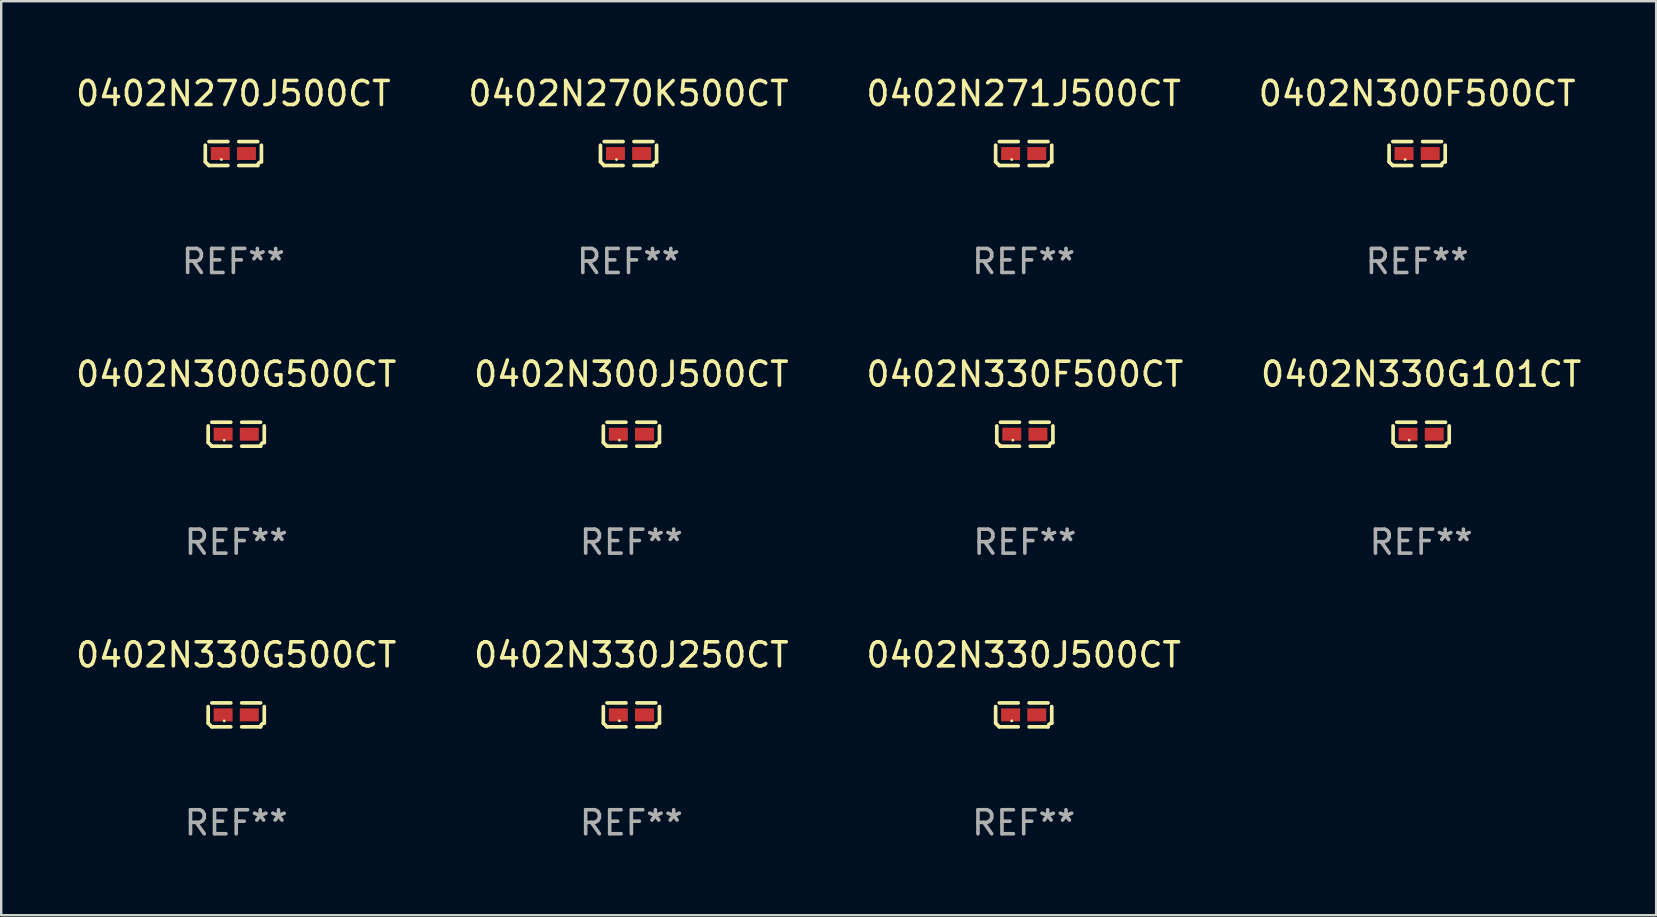
<source format=kicad_pcb>
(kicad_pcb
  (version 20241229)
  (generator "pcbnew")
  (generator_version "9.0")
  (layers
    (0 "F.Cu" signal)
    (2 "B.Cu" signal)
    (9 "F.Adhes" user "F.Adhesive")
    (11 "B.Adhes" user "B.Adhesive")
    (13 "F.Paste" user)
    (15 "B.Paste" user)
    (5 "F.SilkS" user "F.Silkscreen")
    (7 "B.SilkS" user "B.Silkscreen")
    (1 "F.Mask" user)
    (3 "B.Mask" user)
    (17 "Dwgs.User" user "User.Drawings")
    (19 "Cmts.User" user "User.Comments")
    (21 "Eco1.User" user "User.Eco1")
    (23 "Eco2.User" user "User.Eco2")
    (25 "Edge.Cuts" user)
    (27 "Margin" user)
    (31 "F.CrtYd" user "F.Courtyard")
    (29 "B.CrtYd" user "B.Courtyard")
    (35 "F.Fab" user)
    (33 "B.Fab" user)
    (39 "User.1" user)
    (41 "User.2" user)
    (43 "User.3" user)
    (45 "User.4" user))
  (footprint "0402N270K500CT"
    (layer "F.Cu")
    (at 23.137 3.347)
    (property "Reference" "0402N270K500CT" (at 0 -2.499 0) (layer "F.SilkS") (effects (font (size 1 1) (thickness 0.15))))
    (attr through_hole)
    (fp_line (start -1.169 0.346) (end -1.169 -0.346) (stroke (width 0.152) (type solid)) (layer "F.SilkS"))
    (fp_line (start -1.016 -0.499) (end -0.226 -0.499) (stroke (width 0.152) (type solid)) (layer "F.SilkS"))
    (fp_line (start -0.226 0.499) (end -1.016 0.499) (stroke (width 0.152) (type solid)) (layer "F.SilkS"))
    (fp_line (start 0.226 0.499) (end 1.016 0.499) (stroke (width 0.152) (type solid)) (layer "F.SilkS"))
    (fp_line (start 1.016 -0.499) (end 0.226 -0.499) (stroke (width 0.152) (type solid)) (layer "F.SilkS"))
    (fp_line (start 1.169 0.346) (end 1.169 -0.346) (stroke (width 0.152) (type solid)) (layer "F.SilkS"))
    (fp_arc (start -1.016307 0.498603) (mid -1.092512 0.422405) (end -1.16871 0.3462) (stroke (width 0.1524) (type solid)) (layer "F.SilkS"))
    (fp_arc (start 1.016307 0.498603) (mid 1.060899 0.390758) (end 1.168707 0.346076) (stroke (width 0.1524) (type solid)) (layer "F.SilkS"))
    (fp_circle (center -0.5 0.25) (end -0.47 0.25) (stroke (width 0.06) (type solid)) (fill no) (layer "F.SilkS"))
    (fp_text user "REF**" (at 0 4.499 0) (layer "F.Fab") (effects (font (size 1 1) (thickness 0.15))))
    (pad "1" smd rect (at -0.545 0) (size 0.79 0.54) (layers "F.Cu" "F.Mask" "F.Paste"))
    (pad "2" smd rect (at 0.545 0) (size 0.79 0.54) (layers "F.Cu" "F.Mask" "F.Paste")))
  (footprint "0402N330J250CT"
    (layer "F.Cu")
    (at 23.256 26.734)
    (property "Reference" "0402N330J250CT" (at 0 -2.499 0) (layer "F.SilkS") (effects (font (size 1 1) (thickness 0.15))))
    (attr through_hole)
    (fp_line (start -1.169 0.346) (end -1.169 -0.346) (stroke (width 0.152) (type solid)) (layer "F.SilkS"))
    (fp_line (start -1.016 -0.499) (end -0.226 -0.499) (stroke (width 0.152) (type solid)) (layer "F.SilkS"))
    (fp_line (start -0.226 0.499) (end -1.016 0.499) (stroke (width 0.152) (type solid)) (layer "F.SilkS"))
    (fp_line (start 0.226 0.499) (end 1.016 0.499) (stroke (width 0.152) (type solid)) (layer "F.SilkS"))
    (fp_line (start 1.016 -0.499) (end 0.226 -0.499) (stroke (width 0.152) (type solid)) (layer "F.SilkS"))
    (fp_line (start 1.169 0.346) (end 1.169 -0.346) (stroke (width 0.152) (type solid)) (layer "F.SilkS"))
    (fp_arc (start -1.016307 0.498603) (mid -1.092512 0.422405) (end -1.16871 0.3462) (stroke (width 0.1524) (type solid)) (layer "F.SilkS"))
    (fp_arc (start 1.016307 0.498603) (mid 1.060899 0.390758) (end 1.168707 0.346076) (stroke (width 0.1524) (type solid)) (layer "F.SilkS"))
    (fp_circle (center -0.5 0.25) (end -0.47 0.25) (stroke (width 0.06) (type solid)) (fill no) (layer "F.SilkS"))
    (fp_text user "REF**" (at 0 4.499 0) (layer "F.Fab") (effects (font (size 1 1) (thickness 0.15))))
    (pad "1" smd rect (at -0.545 0) (size 0.79 0.54) (layers "F.Cu" "F.Mask" "F.Paste"))
    (pad "2" smd rect (at 0.545 0) (size 0.79 0.54) (layers "F.Cu" "F.Mask" "F.Paste")))
  (footprint "0402N330G101CT"
    (layer "F.Cu")
    (at 56.161 15.041)
    (property "Reference" "0402N330G101CT" (at 0 -2.499 0) (layer "F.SilkS") (effects (font (size 1 1) (thickness 0.15))))
    (attr through_hole)
    (fp_line (start -1.169 0.346) (end -1.169 -0.346) (stroke (width 0.152) (type solid)) (layer "F.SilkS"))
    (fp_line (start -1.016 -0.499) (end -0.226 -0.499) (stroke (width 0.152) (type solid)) (layer "F.SilkS"))
    (fp_line (start -0.226 0.499) (end -1.016 0.499) (stroke (width 0.152) (type solid)) (layer "F.SilkS"))
    (fp_line (start 0.226 0.499) (end 1.016 0.499) (stroke (width 0.152) (type solid)) (layer "F.SilkS"))
    (fp_line (start 1.016 -0.499) (end 0.226 -0.499) (stroke (width 0.152) (type solid)) (layer "F.SilkS"))
    (fp_line (start 1.169 0.346) (end 1.169 -0.346) (stroke (width 0.152) (type solid)) (layer "F.SilkS"))
    (fp_arc (start -1.016307 0.498603) (mid -1.092512 0.422405) (end -1.16871 0.3462) (stroke (width 0.1524) (type solid)) (layer "F.SilkS"))
    (fp_arc (start 1.016307 0.498603) (mid 1.060899 0.390758) (end 1.168707 0.346076) (stroke (width 0.1524) (type solid)) (layer "F.SilkS"))
    (fp_circle (center -0.5 0.25) (end -0.47 0.25) (stroke (width 0.06) (type solid)) (fill no) (layer "F.SilkS"))
    (fp_text user "REF**" (at 0 4.499 0) (layer "F.Fab") (effects (font (size 1 1) (thickness 0.15))))
    (pad "1" smd rect (at -0.545 0) (size 0.79 0.54) (layers "F.Cu" "F.Mask" "F.Paste"))
    (pad "2" smd rect (at 0.545 0) (size 0.79 0.54) (layers "F.Cu" "F.Mask" "F.Paste")))
  (footprint "0402N300G500CT"
    (layer "F.Cu")
    (at 6.792 15.041)
    (property "Reference" "0402N300G500CT" (at 0 -2.499 0) (layer "F.SilkS") (effects (font (size 1 1) (thickness 0.15))))
    (attr through_hole)
    (fp_line (start -1.169 0.346) (end -1.169 -0.346) (stroke (width 0.152) (type solid)) (layer "F.SilkS"))
    (fp_line (start -1.016 -0.499) (end -0.226 -0.499) (stroke (width 0.152) (type solid)) (layer "F.SilkS"))
    (fp_line (start -0.226 0.499) (end -1.016 0.499) (stroke (width 0.152) (type solid)) (layer "F.SilkS"))
    (fp_line (start 0.226 0.499) (end 1.016 0.499) (stroke (width 0.152) (type solid)) (layer "F.SilkS"))
    (fp_line (start 1.016 -0.499) (end 0.226 -0.499) (stroke (width 0.152) (type solid)) (layer "F.SilkS"))
    (fp_line (start 1.169 0.346) (end 1.169 -0.346) (stroke (width 0.152) (type solid)) (layer "F.SilkS"))
    (fp_arc (start -1.016307 0.498603) (mid -1.092512 0.422405) (end -1.16871 0.3462) (stroke (width 0.1524) (type solid)) (layer "F.SilkS"))
    (fp_arc (start 1.016307 0.498603) (mid 1.060899 0.390758) (end 1.168707 0.346076) (stroke (width 0.1524) (type solid)) (layer "F.SilkS"))
    (fp_circle (center -0.5 0.25) (end -0.47 0.25) (stroke (width 0.06) (type solid)) (fill no) (layer "F.SilkS"))
    (fp_text user "REF**" (at 0 4.499 0) (layer "F.Fab") (effects (font (size 1 1) (thickness 0.15))))
    (pad "1" smd rect (at -0.545 0) (size 0.79 0.54) (layers "F.Cu" "F.Mask" "F.Paste"))
    (pad "2" smd rect (at 0.545 0) (size 0.79 0.54) (layers "F.Cu" "F.Mask" "F.Paste")))
  (footprint "0402N330J500CT"
    (layer "F.Cu")
    (at 39.601 26.734)
    (property "Reference" "0402N330J500CT" (at 0 -2.499 0) (layer "F.SilkS") (effects (font (size 1 1) (thickness 0.15))))
    (attr through_hole)
    (fp_line (start -1.169 0.346) (end -1.169 -0.346) (stroke (width 0.152) (type solid)) (layer "F.SilkS"))
    (fp_line (start -1.016 -0.499) (end -0.226 -0.499) (stroke (width 0.152) (type solid)) (layer "F.SilkS"))
    (fp_line (start -0.226 0.499) (end -1.016 0.499) (stroke (width 0.152) (type solid)) (layer "F.SilkS"))
    (fp_line (start 0.226 0.499) (end 1.016 0.499) (stroke (width 0.152) (type solid)) (layer "F.SilkS"))
    (fp_line (start 1.016 -0.499) (end 0.226 -0.499) (stroke (width 0.152) (type solid)) (layer "F.SilkS"))
    (fp_line (start 1.169 0.346) (end 1.169 -0.346) (stroke (width 0.152) (type solid)) (layer "F.SilkS"))
    (fp_arc (start -1.016307 0.498603) (mid -1.092512 0.422405) (end -1.16871 0.3462) (stroke (width 0.1524) (type solid)) (layer "F.SilkS"))
    (fp_arc (start 1.016307 0.498603) (mid 1.060899 0.390758) (end 1.168707 0.346076) (stroke (width 0.1524) (type solid)) (layer "F.SilkS"))
    (fp_circle (center -0.5 0.25) (end -0.47 0.25) (stroke (width 0.06) (type solid)) (fill no) (layer "F.SilkS"))
    (fp_text user "REF**" (at 0 4.499 0) (layer "F.Fab") (effects (font (size 1 1) (thickness 0.15))))
    (pad "1" smd rect (at -0.545 0) (size 0.79 0.54) (layers "F.Cu" "F.Mask" "F.Paste"))
    (pad "2" smd rect (at 0.545 0) (size 0.79 0.54) (layers "F.Cu" "F.Mask" "F.Paste")))
  (footprint "0402N300F500CT"
    (layer "F.Cu")
    (at 55.994 3.347)
    (property "Reference" "0402N300F500CT" (at 0 -2.499 0) (layer "F.SilkS") (effects (font (size 1 1) (thickness 0.15))))
    (attr through_hole)
    (fp_line (start -1.169 0.346) (end -1.169 -0.346) (stroke (width 0.152) (type solid)) (layer "F.SilkS"))
    (fp_line (start -1.016 -0.499) (end -0.226 -0.499) (stroke (width 0.152) (type solid)) (layer "F.SilkS"))
    (fp_line (start -0.226 0.499) (end -1.016 0.499) (stroke (width 0.152) (type solid)) (layer "F.SilkS"))
    (fp_line (start 0.226 0.499) (end 1.016 0.499) (stroke (width 0.152) (type solid)) (layer "F.SilkS"))
    (fp_line (start 1.016 -0.499) (end 0.226 -0.499) (stroke (width 0.152) (type solid)) (layer "F.SilkS"))
    (fp_line (start 1.169 0.346) (end 1.169 -0.346) (stroke (width 0.152) (type solid)) (layer "F.SilkS"))
    (fp_arc (start -1.016307 0.498603) (mid -1.092512 0.422405) (end -1.16871 0.3462) (stroke (width 0.1524) (type solid)) (layer "F.SilkS"))
    (fp_arc (start 1.016307 0.498603) (mid 1.060899 0.390758) (end 1.168707 0.346076) (stroke (width 0.1524) (type solid)) (layer "F.SilkS"))
    (fp_circle (center -0.5 0.25) (end -0.47 0.25) (stroke (width 0.06) (type solid)) (fill no) (layer "F.SilkS"))
    (fp_text user "REF**" (at 0 4.499 0) (layer "F.Fab") (effects (font (size 1 1) (thickness 0.15))))
    (pad "1" smd rect (at -0.545 0) (size 0.79 0.54) (layers "F.Cu" "F.Mask" "F.Paste"))
    (pad "2" smd rect (at 0.545 0) (size 0.79 0.54) (layers "F.Cu" "F.Mask" "F.Paste")))
  (footprint "0402N271J500CT"
    (layer "F.Cu")
    (at 39.601 3.347)
    (property "Reference" "0402N271J500CT" (at 0 -2.499 0) (layer "F.SilkS") (effects (font (size 1 1) (thickness 0.15))))
    (attr through_hole)
    (fp_line (start -1.169 0.346) (end -1.169 -0.346) (stroke (width 0.152) (type solid)) (layer "F.SilkS"))
    (fp_line (start -1.016 -0.499) (end -0.226 -0.499) (stroke (width 0.152) (type solid)) (layer "F.SilkS"))
    (fp_line (start -0.226 0.499) (end -1.016 0.499) (stroke (width 0.152) (type solid)) (layer "F.SilkS"))
    (fp_line (start 0.226 0.499) (end 1.016 0.499) (stroke (width 0.152) (type solid)) (layer "F.SilkS"))
    (fp_line (start 1.016 -0.499) (end 0.226 -0.499) (stroke (width 0.152) (type solid)) (layer "F.SilkS"))
    (fp_line (start 1.169 0.346) (end 1.169 -0.346) (stroke (width 0.152) (type solid)) (layer "F.SilkS"))
    (fp_arc (start -1.016307 0.498603) (mid -1.092512 0.422405) (end -1.16871 0.3462) (stroke (width 0.1524) (type solid)) (layer "F.SilkS"))
    (fp_arc (start 1.016307 0.498603) (mid 1.060899 0.390758) (end 1.168707 0.346076) (stroke (width 0.1524) (type solid)) (layer "F.SilkS"))
    (fp_circle (center -0.5 0.25) (end -0.47 0.25) (stroke (width 0.06) (type solid)) (fill no) (layer "F.SilkS"))
    (fp_text user "REF**" (at 0 4.499 0) (layer "F.Fab") (effects (font (size 1 1) (thickness 0.15))))
    (pad "1" smd rect (at -0.545 0) (size 0.79 0.54) (layers "F.Cu" "F.Mask" "F.Paste"))
    (pad "2" smd rect (at 0.545 0) (size 0.79 0.54) (layers "F.Cu" "F.Mask" "F.Paste")))
  (footprint "0402N270J500CT"
    (layer "F.Cu")
    (at 6.673 3.347)
    (property "Reference" "0402N270J500CT" (at 0 -2.499 0) (layer "F.SilkS") (effects (font (size 1 1) (thickness 0.15))))
    (attr through_hole)
    (fp_line (start -1.169 0.346) (end -1.169 -0.346) (stroke (width 0.152) (type solid)) (layer "F.SilkS"))
    (fp_line (start -1.016 -0.499) (end -0.226 -0.499) (stroke (width 0.152) (type solid)) (layer "F.SilkS"))
    (fp_line (start -0.226 0.499) (end -1.016 0.499) (stroke (width 0.152) (type solid)) (layer "F.SilkS"))
    (fp_line (start 0.226 0.499) (end 1.016 0.499) (stroke (width 0.152) (type solid)) (layer "F.SilkS"))
    (fp_line (start 1.016 -0.499) (end 0.226 -0.499) (stroke (width 0.152) (type solid)) (layer "F.SilkS"))
    (fp_line (start 1.169 0.346) (end 1.169 -0.346) (stroke (width 0.152) (type solid)) (layer "F.SilkS"))
    (fp_arc (start -1.016307 0.498603) (mid -1.092512 0.422405) (end -1.16871 0.3462) (stroke (width 0.1524) (type solid)) (layer "F.SilkS"))
    (fp_arc (start 1.016307 0.498603) (mid 1.060899 0.390758) (end 1.168707 0.346076) (stroke (width 0.1524) (type solid)) (layer "F.SilkS"))
    (fp_circle (center -0.5 0.25) (end -0.47 0.25) (stroke (width 0.06) (type solid)) (fill no) (layer "F.SilkS"))
    (fp_text user "REF**" (at 0 4.499 0) (layer "F.Fab") (effects (font (size 1 1) (thickness 0.15))))
    (pad "1" smd rect (at -0.545 0) (size 0.79 0.54) (layers "F.Cu" "F.Mask" "F.Paste"))
    (pad "2" smd rect (at 0.545 0) (size 0.79 0.54) (layers "F.Cu" "F.Mask" "F.Paste")))
  (footprint "0402N330F500CT"
    (layer "F.Cu")
    (at 39.649 15.041)
    (property "Reference" "0402N330F500CT" (at 0 -2.499 0) (layer "F.SilkS") (effects (font (size 1 1) (thickness 0.15))))
    (attr through_hole)
    (fp_line (start -1.169 0.346) (end -1.169 -0.346) (stroke (width 0.152) (type solid)) (layer "F.SilkS"))
    (fp_line (start -1.016 -0.499) (end -0.226 -0.499) (stroke (width 0.152) (type solid)) (layer "F.SilkS"))
    (fp_line (start -0.226 0.499) (end -1.016 0.499) (stroke (width 0.152) (type solid)) (layer "F.SilkS"))
    (fp_line (start 0.226 0.499) (end 1.016 0.499) (stroke (width 0.152) (type solid)) (layer "F.SilkS"))
    (fp_line (start 1.016 -0.499) (end 0.226 -0.499) (stroke (width 0.152) (type solid)) (layer "F.SilkS"))
    (fp_line (start 1.169 0.346) (end 1.169 -0.346) (stroke (width 0.152) (type solid)) (layer "F.SilkS"))
    (fp_arc (start -1.016307 0.498603) (mid -1.092512 0.422405) (end -1.16871 0.3462) (stroke (width 0.1524) (type solid)) (layer "F.SilkS"))
    (fp_arc (start 1.016307 0.498603) (mid 1.060899 0.390758) (end 1.168707 0.346076) (stroke (width 0.1524) (type solid)) (layer "F.SilkS"))
    (fp_circle (center -0.5 0.25) (end -0.47 0.25) (stroke (width 0.06) (type solid)) (fill no) (layer "F.SilkS"))
    (fp_text user "REF**" (at 0 4.499 0) (layer "F.Fab") (effects (font (size 1 1) (thickness 0.15))))
    (pad "1" smd rect (at -0.545 0) (size 0.79 0.54) (layers "F.Cu" "F.Mask" "F.Paste"))
    (pad "2" smd rect (at 0.545 0) (size 0.79 0.54) (layers "F.Cu" "F.Mask" "F.Paste")))
  (footprint "0402N330G500CT"
    (layer "F.Cu")
    (at 6.792 26.734)
    (property "Reference" "0402N330G500CT" (at 0 -2.499 0) (layer "F.SilkS") (effects (font (size 1 1) (thickness 0.15))))
    (attr through_hole)
    (fp_line (start -1.169 0.346) (end -1.169 -0.346) (stroke (width 0.152) (type solid)) (layer "F.SilkS"))
    (fp_line (start -1.016 -0.499) (end -0.226 -0.499) (stroke (width 0.152) (type solid)) (layer "F.SilkS"))
    (fp_line (start -0.226 0.499) (end -1.016 0.499) (stroke (width 0.152) (type solid)) (layer "F.SilkS"))
    (fp_line (start 0.226 0.499) (end 1.016 0.499) (stroke (width 0.152) (type solid)) (layer "F.SilkS"))
    (fp_line (start 1.016 -0.499) (end 0.226 -0.499) (stroke (width 0.152) (type solid)) (layer "F.SilkS"))
    (fp_line (start 1.169 0.346) (end 1.169 -0.346) (stroke (width 0.152) (type solid)) (layer "F.SilkS"))
    (fp_arc (start -1.016307 0.498603) (mid -1.092512 0.422405) (end -1.16871 0.3462) (stroke (width 0.1524) (type solid)) (layer "F.SilkS"))
    (fp_arc (start 1.016307 0.498603) (mid 1.060899 0.390758) (end 1.168707 0.346076) (stroke (width 0.1524) (type solid)) (layer "F.SilkS"))
    (fp_circle (center -0.5 0.25) (end -0.47 0.25) (stroke (width 0.06) (type solid)) (fill no) (layer "F.SilkS"))
    (fp_text user "REF**" (at 0 4.499 0) (layer "F.Fab") (effects (font (size 1 1) (thickness 0.15))))
    (pad "1" smd rect (at -0.545 0) (size 0.79 0.54) (layers "F.Cu" "F.Mask" "F.Paste"))
    (pad "2" smd rect (at 0.545 0) (size 0.79 0.54) (layers "F.Cu" "F.Mask" "F.Paste")))
  (footprint "0402N300J500CT"
    (layer "F.Cu")
    (at 23.256 15.041)
    (property "Reference" "0402N300J500CT" (at 0 -2.499 0) (layer "F.SilkS") (effects (font (size 1 1) (thickness 0.15))))
    (attr through_hole)
    (fp_line (start -1.169 0.346) (end -1.169 -0.346) (stroke (width 0.152) (type solid)) (layer "F.SilkS"))
    (fp_line (start -1.016 -0.499) (end -0.226 -0.499) (stroke (width 0.152) (type solid)) (layer "F.SilkS"))
    (fp_line (start -0.226 0.499) (end -1.016 0.499) (stroke (width 0.152) (type solid)) (layer "F.SilkS"))
    (fp_line (start 0.226 0.499) (end 1.016 0.499) (stroke (width 0.152) (type solid)) (layer "F.SilkS"))
    (fp_line (start 1.016 -0.499) (end 0.226 -0.499) (stroke (width 0.152) (type solid)) (layer "F.SilkS"))
    (fp_line (start 1.169 0.346) (end 1.169 -0.346) (stroke (width 0.152) (type solid)) (layer "F.SilkS"))
    (fp_arc (start -1.016307 0.498603) (mid -1.092512 0.422405) (end -1.16871 0.3462) (stroke (width 0.1524) (type solid)) (layer "F.SilkS"))
    (fp_arc (start 1.016307 0.498603) (mid 1.060899 0.390758) (end 1.168707 0.346076) (stroke (width 0.1524) (type solid)) (layer "F.SilkS"))
    (fp_circle (center -0.5 0.25) (end -0.47 0.25) (stroke (width 0.06) (type solid)) (fill no) (layer "F.SilkS"))
    (fp_text user "REF**" (at 0 4.499 0) (layer "F.Fab") (effects (font (size 1 1) (thickness 0.15))))
    (pad "1" smd rect (at -0.545 0) (size 0.79 0.54) (layers "F.Cu" "F.Mask" "F.Paste"))
    (pad "2" smd rect (at 0.545 0) (size 0.79 0.54) (layers "F.Cu" "F.Mask" "F.Paste")))
  (gr_rect
    (start -3 -3)
    (end 65.952 35.081)
    (stroke (width 0.1) (type default))
    (fill no)
    (layer "Edge.Cuts")))
</source>
